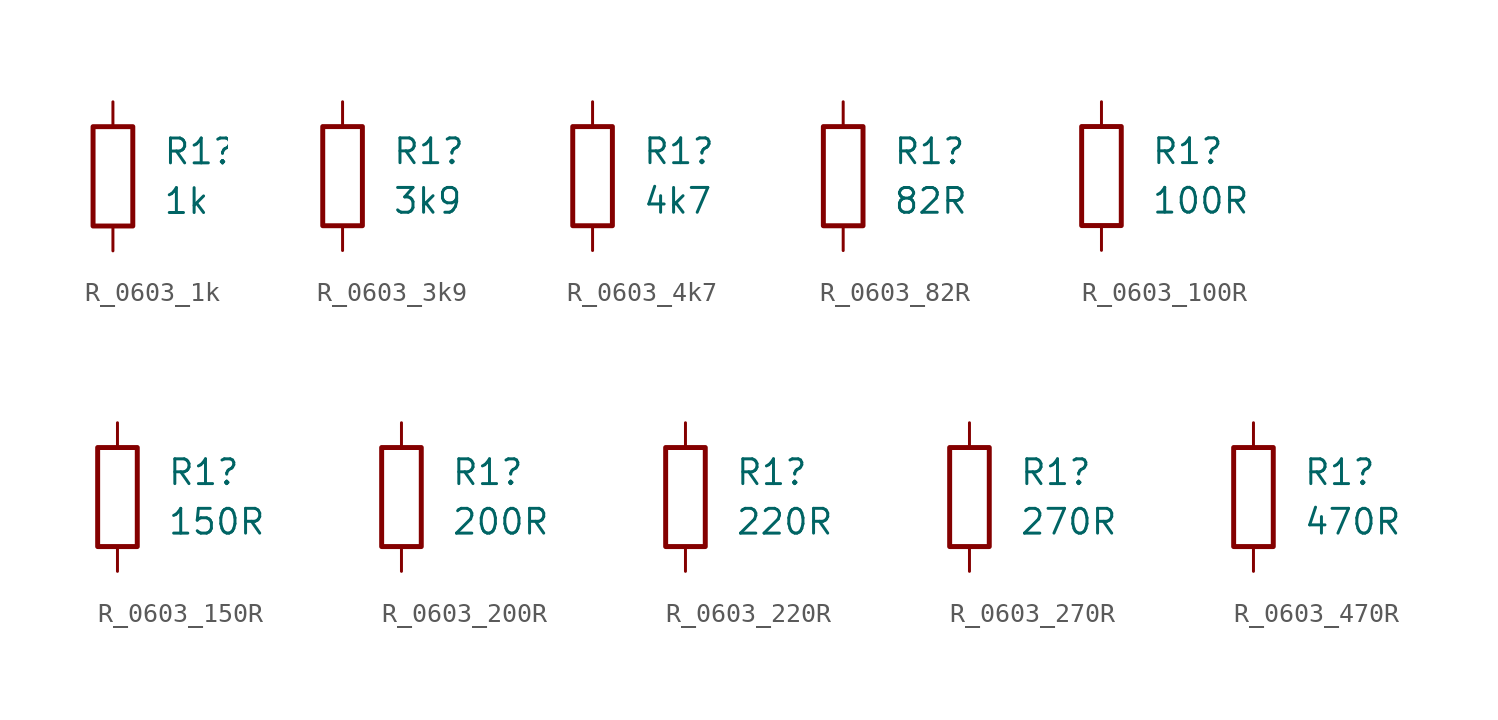
<source format=kicad_sym>
(kicad_symbol_lib
  (version 20220914)
  (generator kicad_symbol_editor)
  (symbol "R_0603_1k"
    (pin_numbers hide)
    (pin_names
      (offset 0))
    (property "Reference" "R1"
      (at 2.54 1.27 0)
      (effects (font (size 1.27 1.27)) (justify left)))
    (property "Value" "1k"
      (at 2.54 -1.27 0)
      (effects (font (size 1.27 1.27)) (justify left)))
    (symbol "R_0603_1k_0_1"
      (rectangle (start -1.016 -2.54) (end 1.016 2.54) (stroke (width 0.254) (type default)) (fill (type none))))
    (symbol "R_0603_1k_1_1"
      (pin passive line (at 0 3.81 270) (length 1.27) (name "~" (effects (font (size 1.27 1.27)))) (number "1" (effects (font (size 1.27 1.27)))))
      (pin passive line (at 0 -3.81 90) (length 1.27) (name "~" (effects (font (size 1.27 1.27)))) (number "2" (effects (font (size 1.27 1.27)))))))
  (symbol "R_0603_3k9"
    (pin_numbers hide)
    (pin_names
      (offset 0))
    (property "Reference" "R1"
      (at 2.54 1.27 0)
      (effects (font (size 1.27 1.27)) (justify left)))
    (property "Value" "3k9"
      (at 2.54 -1.27 0)
      (effects (font (size 1.27 1.27)) (justify left)))
    (symbol "R_0603_3k9_0_1"
      (rectangle (start -1.016 -2.54) (end 1.016 2.54) (stroke (width 0.254) (type default)) (fill (type none))))
    (symbol "R_0603_3k9_1_1"
      (pin passive line (at 0 3.81 270) (length 1.27) (name "~" (effects (font (size 1.27 1.27)))) (number "1" (effects (font (size 1.27 1.27)))))
      (pin passive line (at 0 -3.81 90) (length 1.27) (name "~" (effects (font (size 1.27 1.27)))) (number "2" (effects (font (size 1.27 1.27)))))))
  (symbol "R_0603_4k7"
    (pin_numbers hide)
    (pin_names
      (offset 0))
    (property "Reference" "R1"
      (at 2.54 1.27 0)
      (effects (font (size 1.27 1.27)) (justify left)))
    (property "Value" "4k7"
      (at 2.54 -1.27 0)
      (effects (font (size 1.27 1.27)) (justify left)))
    (symbol "R_0603_4k7_0_1"
      (rectangle (start -1.016 -2.54) (end 1.016 2.54) (stroke (width 0.254) (type default)) (fill (type none))))
    (symbol "R_0603_4k7_1_1"
      (pin passive line (at 0 3.81 270) (length 1.27) (name "~" (effects (font (size 1.27 1.27)))) (number "1" (effects (font (size 1.27 1.27)))))
      (pin passive line (at 0 -3.81 90) (length 1.27) (name "~" (effects (font (size 1.27 1.27)))) (number "2" (effects (font (size 1.27 1.27)))))))
  (symbol "R_0603_82R"
    (pin_numbers hide)
    (pin_names
      (offset 0))
    (property "Reference" "R1"
      (at 2.54 1.27 0)
      (effects (font (size 1.27 1.27)) (justify left)))
    (property "Value" "82R"
      (at 2.54 -1.27 0)
      (effects (font (size 1.27 1.27)) (justify left)))
    (symbol "R_0603_82R_0_1"
      (rectangle (start -1.016 -2.54) (end 1.016 2.54) (stroke (width 0.254) (type default)) (fill (type none))))
    (symbol "R_0603_82R_1_1"
      (pin passive line (at 0 3.81 270) (length 1.27) (name "~" (effects (font (size 1.27 1.27)))) (number "1" (effects (font (size 1.27 1.27)))))
      (pin passive line (at 0 -3.81 90) (length 1.27) (name "~" (effects (font (size 1.27 1.27)))) (number "2" (effects (font (size 1.27 1.27)))))))
  (symbol "R_0603_100R"
    (pin_numbers hide)
    (pin_names
      (offset 0))
    (property "Reference" "R1"
      (at 2.54 1.27 0)
      (effects (font (size 1.27 1.27)) (justify left)))
    (property "Value" "100R"
      (at 2.54 -1.27 0)
      (effects (font (size 1.27 1.27)) (justify left)))
    (symbol "R_0603_100R_0_1"
      (rectangle (start -1.016 -2.54) (end 1.016 2.54) (stroke (width 0.254) (type default)) (fill (type none))))
    (symbol "R_0603_100R_1_1"
      (pin passive line (at 0 3.81 270) (length 1.27) (name "~" (effects (font (size 1.27 1.27)))) (number "1" (effects (font (size 1.27 1.27)))))
      (pin passive line (at 0 -3.81 90) (length 1.27) (name "~" (effects (font (size 1.27 1.27)))) (number "2" (effects (font (size 1.27 1.27)))))))
  (symbol "R_0603_150R"
    (pin_numbers hide)
    (pin_names
      (offset 0))
    (property "Reference" "R1"
      (at 2.54 1.27 0)
      (effects (font (size 1.27 1.27)) (justify left)))
    (property "Value" "150R"
      (at 2.54 -1.27 0)
      (effects (font (size 1.27 1.27)) (justify left)))
    (symbol "R_0603_150R_0_1"
      (rectangle (start -1.016 -2.54) (end 1.016 2.54) (stroke (width 0.254) (type default)) (fill (type none))))
    (symbol "R_0603_150R_1_1"
      (pin passive line (at 0 3.81 270) (length 1.27) (name "~" (effects (font (size 1.27 1.27)))) (number "1" (effects (font (size 1.27 1.27)))))
      (pin passive line (at 0 -3.81 90) (length 1.27) (name "~" (effects (font (size 1.27 1.27)))) (number "2" (effects (font (size 1.27 1.27)))))))
  (symbol "R_0603_200R"
    (pin_numbers hide)
    (pin_names
      (offset 0))
    (property "Reference" "R1"
      (at 2.54 1.27 0)
      (effects (font (size 1.27 1.27)) (justify left)))
    (property "Value" "200R"
      (at 2.54 -1.27 0)
      (effects (font (size 1.27 1.27)) (justify left)))
    (symbol "R_0603_200R_0_1"
      (rectangle (start -1.016 -2.54) (end 1.016 2.54) (stroke (width 0.254) (type default)) (fill (type none))))
    (symbol "R_0603_200R_1_1"
      (pin passive line (at 0 3.81 270) (length 1.27) (name "~" (effects (font (size 1.27 1.27)))) (number "1" (effects (font (size 1.27 1.27)))))
      (pin passive line (at 0 -3.81 90) (length 1.27) (name "~" (effects (font (size 1.27 1.27)))) (number "2" (effects (font (size 1.27 1.27)))))))
  (symbol "R_0603_220R"
    (pin_numbers hide)
    (pin_names
      (offset 0))
    (property "Reference" "R1"
      (at 2.54 1.27 0)
      (effects (font (size 1.27 1.27)) (justify left)))
    (property "Value" "220R"
      (at 2.54 -1.27 0)
      (effects (font (size 1.27 1.27)) (justify left)))
    (symbol "R_0603_220R_0_1"
      (rectangle (start -1.016 -2.54) (end 1.016 2.54) (stroke (width 0.254) (type default)) (fill (type none))))
    (symbol "R_0603_220R_1_1"
      (pin passive line (at 0 3.81 270) (length 1.27) (name "~" (effects (font (size 1.27 1.27)))) (number "1" (effects (font (size 1.27 1.27)))))
      (pin passive line (at 0 -3.81 90) (length 1.27) (name "~" (effects (font (size 1.27 1.27)))) (number "2" (effects (font (size 1.27 1.27)))))))
  (symbol "R_0603_270R"
    (pin_numbers hide)
    (pin_names
      (offset 0))
    (property "Reference" "R1"
      (at 2.54 1.27 0)
      (effects (font (size 1.27 1.27)) (justify left)))
    (property "Value" "270R"
      (at 2.54 -1.27 0)
      (effects (font (size 1.27 1.27)) (justify left)))
    (symbol "R_0603_270R_0_1"
      (rectangle (start -1.016 -2.54) (end 1.016 2.54) (stroke (width 0.254) (type default)) (fill (type none))))
    (symbol "R_0603_270R_1_1"
      (pin passive line (at 0 3.81 270) (length 1.27) (name "~" (effects (font (size 1.27 1.27)))) (number "1" (effects (font (size 1.27 1.27)))))
      (pin passive line (at 0 -3.81 90) (length 1.27) (name "~" (effects (font (size 1.27 1.27)))) (number "2" (effects (font (size 1.27 1.27)))))))
  (symbol "R_0603_470R"
    (pin_numbers hide)
    (pin_names
      (offset 0))
    (property "Reference" "R1"
      (at 2.54 1.27 0)
      (effects (font (size 1.27 1.27)) (justify left)))
    (property "Value" "470R"
      (at 2.54 -1.27 0)
      (effects (font (size 1.27 1.27)) (justify left)))
    (symbol "R_0603_470R_0_1"
      (rectangle (start -1.016 -2.54) (end 1.016 2.54) (stroke (width 0.254) (type default)) (fill (type none))))
    (symbol "R_0603_470R_1_1"
      (pin passive line (at 0 3.81 270) (length 1.27) (name "~" (effects (font (size 1.27 1.27)))) (number "1" (effects (font (size 1.27 1.27)))))
      (pin passive line (at 0 -3.81 90) (length 1.27) (name "~" (effects (font (size 1.27 1.27)))) (number "2" (effects (font (size 1.27 1.27))))))))
</source>
